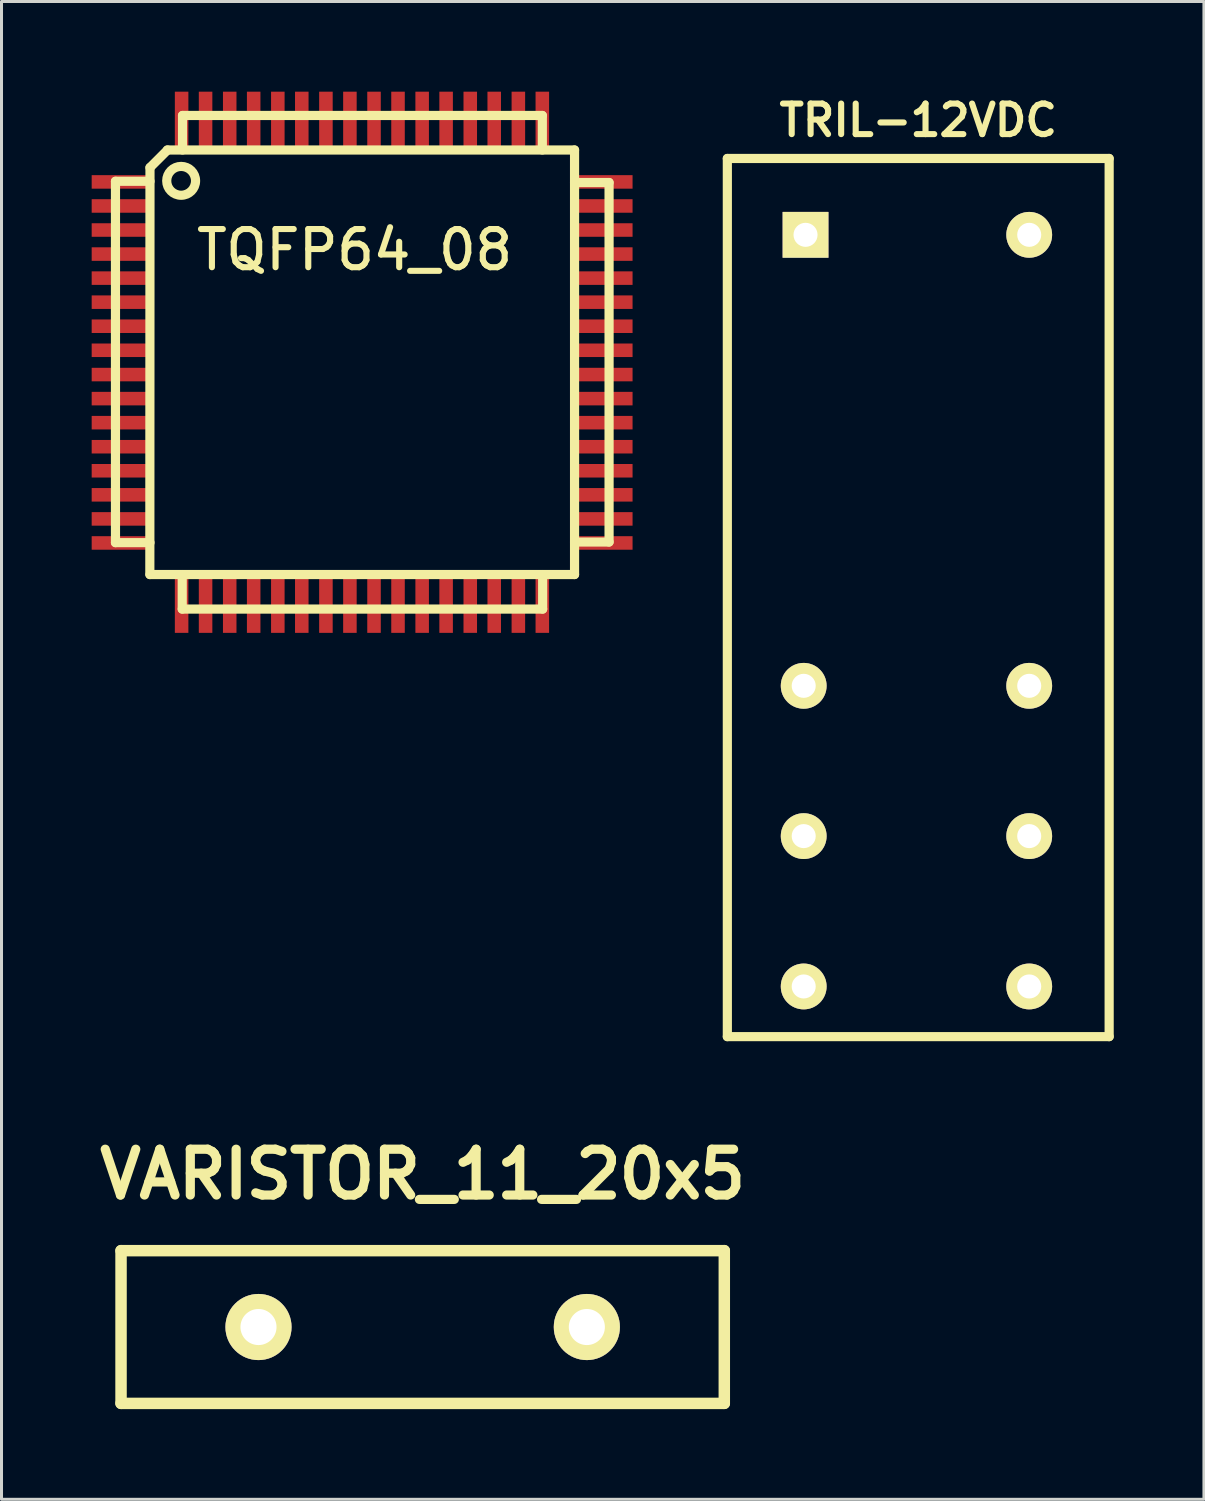
<source format=kicad_pcb>
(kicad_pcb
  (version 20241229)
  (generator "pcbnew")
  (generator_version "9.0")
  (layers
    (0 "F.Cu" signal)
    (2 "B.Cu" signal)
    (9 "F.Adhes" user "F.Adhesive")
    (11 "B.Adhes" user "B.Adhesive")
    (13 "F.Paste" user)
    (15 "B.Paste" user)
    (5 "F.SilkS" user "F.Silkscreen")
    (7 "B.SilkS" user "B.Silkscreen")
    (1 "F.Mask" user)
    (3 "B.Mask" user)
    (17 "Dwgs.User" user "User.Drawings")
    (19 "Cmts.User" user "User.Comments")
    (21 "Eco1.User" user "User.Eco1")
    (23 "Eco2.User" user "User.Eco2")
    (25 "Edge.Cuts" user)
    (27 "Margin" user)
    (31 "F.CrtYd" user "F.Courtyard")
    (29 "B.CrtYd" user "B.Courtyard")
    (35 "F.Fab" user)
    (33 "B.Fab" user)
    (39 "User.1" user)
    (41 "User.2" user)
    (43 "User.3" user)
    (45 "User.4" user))
  (footprint "VARISTOR_11_20x5"
    (layer "F.Cu")
    (at 11.009 41.09)
    (property "Reference" "VARISTOR_11_20x5" (at 0 -5.08 0) (layer "F.SilkS") (effects (font (size 1.524 1.524) (thickness 0.305))))
    (attr through_hole)
    (fp_line (start -10.033 -2.54) (end 10.033 -2.54) (stroke (width 0.381) (type solid)) (layer "F.SilkS"))
    (fp_line (start -10.033 2.54) (end -10.033 -2.54) (stroke (width 0.381) (type solid)) (layer "F.SilkS"))
    (fp_line (start 10.033 2.54) (end -10.033 2.54) (stroke (width 0.381) (type solid)) (layer "F.SilkS"))
    (fp_line (start 10.033 2.54) (end 10.033 -2.54) (stroke (width 0.381) (type solid)) (layer "F.SilkS"))
    (pad "1" thru_hole circle (at -5.461 0) (size 2.2 2.2) (drill 1.2) (layers "*.Cu" "*.Mask" "F.SilkS"))
    (pad "2" thru_hole circle (at 5.461 0) (size 2.2 2.2) (drill 1.2) (layers "*.Cu" "*.Mask" "F.SilkS")))
  (footprint "TRIL-12VDC"
    (layer "F.Cu")
    (at 23.683 4.761)
    (property "Reference" "TRIL-12VDC" (at 3.81 -3.81 0) (layer "F.SilkS") (effects (font (size 1.016 1.016) (thickness 0.203))))
    (attr through_hole)
    (fp_line (start -2.54 -2.54) (end 10.16 -2.54) (stroke (width 0.305) (type solid)) (layer "F.SilkS"))
    (fp_line (start -2.54 26.67) (end -2.54 -2.54) (stroke (width 0.305) (type solid)) (layer "F.SilkS"))
    (fp_line (start 10.16 -2.54) (end 10.16 26.67) (stroke (width 0.305) (type solid)) (layer "F.SilkS"))
    (fp_line (start 10.16 26.67) (end -2.54 26.67) (stroke (width 0.305) (type solid)) (layer "F.SilkS"))
    (pad "1" thru_hole rect (at 0.061 0) (size 1.524 1.524) (drill 0.8) (layers "*.Cu" "*.Mask" "F.SilkS"))
    (pad "2" thru_hole circle (at 0 15.001) (size 1.524 1.524) (drill 0.8) (layers "*.Cu" "*.Mask" "F.SilkS"))
    (pad "3" thru_hole circle (at 0 20) (size 1.524 1.524) (drill 0.8) (layers "*.Cu" "*.Mask" "F.SilkS"))
    (pad "4" thru_hole circle (at 0 25.001) (size 1.524 1.524) (drill 0.8) (layers "*.Cu" "*.Mask" "F.SilkS"))
    (pad "5" thru_hole circle (at 7.501 25.001) (size 1.524 1.524) (drill 0.8) (layers "*.Cu" "*.Mask" "F.SilkS"))
    (pad "6" thru_hole circle (at 7.501 20) (size 1.524 1.524) (drill 0.8) (layers "*.Cu" "*.Mask" "F.SilkS"))
    (pad "7" thru_hole circle (at 7.501 15.001) (size 1.524 1.524) (drill 0.8) (layers "*.Cu" "*.Mask" "F.SilkS"))
    (pad "8" thru_hole circle (at 7.501 0) (size 1.524 1.524) (drill 0.8) (layers "*.Cu" "*.Mask" "F.SilkS")))
  (footprint "TQFP64_08"
    (layer "F.Cu")
    (at 8.99 9)
    (property "Reference" "TQFP64_08" (at -0.244 -3.739 0) (layer "F.SilkS") (effects (font (size 1.27 1.27) (thickness 0.203))))
    (attr through_hole)
    (fp_line (start -8.199 -6.02) (end -7.051 -6.02) (stroke (width 0.305) (type solid)) (layer "F.SilkS"))
    (fp_line (start -8.199 5.999) (end -8.199 -6.02) (stroke (width 0.305) (type solid)) (layer "F.SilkS"))
    (fp_line (start -7.051 -6.477) (end -7.056 7.061) (stroke (width 0.305) (type solid)) (layer "F.SilkS"))
    (fp_line (start -7.051 -6.477) (end -6.467 -7.061) (stroke (width 0.305) (type solid)) (layer "F.SilkS"))
    (fp_line (start -7.051 5.999) (end -8.199 5.999) (stroke (width 0.305) (type solid)) (layer "F.SilkS"))
    (fp_line (start -7.051 7.061) (end 7.071 7.061) (stroke (width 0.305) (type solid)) (layer "F.SilkS"))
    (fp_line (start -5.979 8.209) (end -5.979 7.061) (stroke (width 0.305) (type solid)) (layer "F.SilkS"))
    (fp_line (start -5.969 -8.209) (end 5.999 -8.209) (stroke (width 0.305) (type solid)) (layer "F.SilkS"))
    (fp_line (start -5.969 -7.061) (end -5.969 -8.209) (stroke (width 0.305) (type solid)) (layer "F.SilkS"))
    (fp_line (start 5.999 -8.209) (end 5.999 -7.061) (stroke (width 0.305) (type solid)) (layer "F.SilkS"))
    (fp_line (start 6.01 7.061) (end 6.01 8.209) (stroke (width 0.305) (type solid)) (layer "F.SilkS"))
    (fp_line (start 6.01 8.209) (end -5.979 8.209) (stroke (width 0.305) (type solid)) (layer "F.SilkS"))
    (fp_line (start 7.071 -7.061) (end -6.477 -7.061) (stroke (width 0.305) (type solid)) (layer "F.SilkS"))
    (fp_line (start 7.071 -7.061) (end 7.071 7.061) (stroke (width 0.305) (type solid)) (layer "F.SilkS"))
    (fp_line (start 7.071 -5.979) (end 8.219 -5.979) (stroke (width 0.305) (type solid)) (layer "F.SilkS"))
    (fp_line (start 8.219 -5.979) (end 8.219 5.979) (stroke (width 0.305) (type solid)) (layer "F.SilkS"))
    (fp_line (start 8.219 5.979) (end 7.071 5.979) (stroke (width 0.305) (type solid)) (layer "F.SilkS"))
    (fp_circle (center -6.015 -6.035) (end -5.608 -5.781) (stroke (width 0.305) (type solid)) (fill no) (layer "F.SilkS"))
    (pad "1" smd rect (at -7.991 -5.999) (size 1.999 0.45) (layers "F.Cu" "F.Mask" "F.Paste"))
    (pad "2" smd rect (at -7.991 -5.199) (size 1.999 0.45) (layers "F.Cu" "F.Mask" "F.Paste"))
    (pad "3" smd rect (at -7.991 -4.399) (size 1.999 0.45) (layers "F.Cu" "F.Mask" "F.Paste"))
    (pad "4" smd rect (at -7.991 -3.599) (size 1.999 0.45) (layers "F.Cu" "F.Mask" "F.Paste"))
    (pad "5" smd rect (at -7.991 -2.799) (size 1.999 0.45) (layers "F.Cu" "F.Mask" "F.Paste"))
    (pad "6" smd rect (at -7.991 -1.999) (size 1.999 0.45) (layers "F.Cu" "F.Mask" "F.Paste"))
    (pad "7" smd rect (at -7.991 -1.199) (size 1.999 0.45) (layers "F.Cu" "F.Mask" "F.Paste"))
    (pad "8" smd rect (at -7.991 -0.399) (size 1.999 0.45) (layers "F.Cu" "F.Mask" "F.Paste"))
    (pad "9" smd rect (at -7.991 0.409) (size 1.999 0.45) (layers "F.Cu" "F.Mask" "F.Paste"))
    (pad "10" smd rect (at -7.991 1.209) (size 1.999 0.45) (layers "F.Cu" "F.Mask" "F.Paste"))
    (pad "11" smd rect (at -7.991 2.009) (size 1.999 0.45) (layers "F.Cu" "F.Mask" "F.Paste"))
    (pad "12" smd rect (at -7.991 2.809) (size 1.999 0.45) (layers "F.Cu" "F.Mask" "F.Paste"))
    (pad "13" smd rect (at -7.991 3.609) (size 1.999 0.45) (layers "F.Cu" "F.Mask" "F.Paste"))
    (pad "14" smd rect (at -7.991 4.409) (size 1.999 0.45) (layers "F.Cu" "F.Mask" "F.Paste"))
    (pad "15" smd rect (at -7.991 5.21) (size 1.999 0.45) (layers "F.Cu" "F.Mask" "F.Paste"))
    (pad "16" smd rect (at -7.991 6.01) (size 1.999 0.45) (layers "F.Cu" "F.Mask" "F.Paste"))
    (pad "17" smd rect (at -5.999 8.001) (size 0.45 1.999) (layers "F.Cu" "F.Mask" "F.Paste"))
    (pad "18" smd rect (at -5.202 8.001) (size 0.45 1.999) (layers "F.Cu" "F.Mask" "F.Paste"))
    (pad "19" smd rect (at -4.399 8.001) (size 0.45 1.999) (layers "F.Cu" "F.Mask" "F.Paste"))
    (pad "20" smd rect (at -3.602 8.001) (size 0.45 1.999) (layers "F.Cu" "F.Mask" "F.Paste"))
    (pad "21" smd rect (at -2.799 8.001) (size 0.45 1.999) (layers "F.Cu" "F.Mask" "F.Paste"))
    (pad "22" smd rect (at -2.002 8.001) (size 0.45 1.999) (layers "F.Cu" "F.Mask" "F.Paste"))
    (pad "23" smd rect (at -1.199 8.001) (size 0.45 1.999) (layers "F.Cu" "F.Mask" "F.Paste"))
    (pad "24" smd rect (at -0.401 8.001) (size 0.45 1.999) (layers "F.Cu" "F.Mask" "F.Paste"))
    (pad "25" smd rect (at 0.401 8.001) (size 0.45 1.999) (layers "F.Cu" "F.Mask" "F.Paste"))
    (pad "26" smd rect (at 1.199 8.001) (size 0.45 1.999) (layers "F.Cu" "F.Mask" "F.Paste"))
    (pad "27" smd rect (at 2.002 8.001) (size 0.45 1.999) (layers "F.Cu" "F.Mask" "F.Paste"))
    (pad "28" smd rect (at 2.799 8.001) (size 0.45 1.999) (layers "F.Cu" "F.Mask" "F.Paste"))
    (pad "29" smd rect (at 3.602 8.001) (size 0.45 1.999) (layers "F.Cu" "F.Mask" "F.Paste"))
    (pad "30" smd rect (at 4.399 8.001) (size 0.45 1.999) (layers "F.Cu" "F.Mask" "F.Paste"))
    (pad "31" smd rect (at 5.202 8.001) (size 0.45 1.999) (layers "F.Cu" "F.Mask" "F.Paste"))
    (pad "32" smd rect (at 5.999 8.001) (size 0.45 1.999) (layers "F.Cu" "F.Mask" "F.Paste"))
    (pad "33" smd rect (at 8.001 6.01) (size 1.999 0.45) (layers "F.Cu" "F.Mask" "F.Paste"))
    (pad "34" smd rect (at 8.001 5.21) (size 1.999 0.45) (layers "F.Cu" "F.Mask" "F.Paste"))
    (pad "35" smd rect (at 8.001 4.409) (size 1.999 0.45) (layers "F.Cu" "F.Mask" "F.Paste"))
    (pad "36" smd rect (at 8.001 3.609) (size 1.999 0.45) (layers "F.Cu" "F.Mask" "F.Paste"))
    (pad "37" smd rect (at 8.001 2.809) (size 1.999 0.45) (layers "F.Cu" "F.Mask" "F.Paste"))
    (pad "38" smd rect (at 8.001 2.009) (size 1.999 0.45) (layers "F.Cu" "F.Mask" "F.Paste"))
    (pad "39" smd rect (at 8.001 1.209) (size 1.999 0.45) (layers "F.Cu" "F.Mask" "F.Paste"))
    (pad "40" smd rect (at 8.001 0.409) (size 1.999 0.45) (layers "F.Cu" "F.Mask" "F.Paste"))
    (pad "41" smd rect (at 8.001 -0.399) (size 1.999 0.45) (layers "F.Cu" "F.Mask" "F.Paste"))
    (pad "42" smd rect (at 8.001 -1.199) (size 1.999 0.45) (layers "F.Cu" "F.Mask" "F.Paste"))
    (pad "43" smd rect (at 8.001 -1.999) (size 1.999 0.45) (layers "F.Cu" "F.Mask" "F.Paste"))
    (pad "44" smd rect (at 8.001 -2.799) (size 1.999 0.45) (layers "F.Cu" "F.Mask" "F.Paste"))
    (pad "45" smd rect (at 8.001 -3.599) (size 1.999 0.45) (layers "F.Cu" "F.Mask" "F.Paste"))
    (pad "46" smd rect (at 8.001 -4.399) (size 1.999 0.45) (layers "F.Cu" "F.Mask" "F.Paste"))
    (pad "47" smd rect (at 8.001 -5.199) (size 1.999 0.45) (layers "F.Cu" "F.Mask" "F.Paste"))
    (pad "48" smd rect (at 8.001 -5.999) (size 1.999 0.45) (layers "F.Cu" "F.Mask" "F.Paste"))
    (pad "49" smd rect (at 5.999 -8.001) (size 0.45 1.999) (layers "F.Cu" "F.Mask" "F.Paste"))
    (pad "50" smd rect (at 5.202 -8.001) (size 0.45 1.999) (layers "F.Cu" "F.Mask" "F.Paste"))
    (pad "51" smd rect (at 4.399 -8.001) (size 0.45 1.999) (layers "F.Cu" "F.Mask" "F.Paste"))
    (pad "52" smd rect (at 3.602 -8.001) (size 0.45 1.999) (layers "F.Cu" "F.Mask" "F.Paste"))
    (pad "53" smd rect (at 2.799 -8.001) (size 0.45 1.999) (layers "F.Cu" "F.Mask" "F.Paste"))
    (pad "54" smd rect (at 2.002 -8.001) (size 0.45 1.999) (layers "F.Cu" "F.Mask" "F.Paste"))
    (pad "55" smd rect (at 1.199 -8.001) (size 0.45 1.999) (layers "F.Cu" "F.Mask" "F.Paste"))
    (pad "56" smd rect (at 0.401 -8.001) (size 0.45 1.999) (layers "F.Cu" "F.Mask" "F.Paste"))
    (pad "57" smd rect (at -0.401 -8.001) (size 0.45 1.999) (layers "F.Cu" "F.Mask" "F.Paste"))
    (pad "58" smd rect (at -1.199 -8.001) (size 0.45 1.999) (layers "F.Cu" "F.Mask" "F.Paste"))
    (pad "59" smd rect (at -2.002 -8.001) (size 0.45 1.999) (layers "F.Cu" "F.Mask" "F.Paste"))
    (pad "60" smd rect (at -2.799 -8.001) (size 0.45 1.999) (layers "F.Cu" "F.Mask" "F.Paste"))
    (pad "61" smd rect (at -3.602 -8.001) (size 0.45 1.999) (layers "F.Cu" "F.Mask" "F.Paste"))
    (pad "62" smd rect (at -4.399 -8.001) (size 0.45 1.999) (layers "F.Cu" "F.Mask" "F.Paste"))
    (pad "63" smd rect (at -5.202 -8.001) (size 0.45 1.999) (layers "F.Cu" "F.Mask" "F.Paste"))
    (pad "64" smd rect (at -5.999 -8.001) (size 0.45 1.999) (layers "F.Cu" "F.Mask" "F.Paste")))
  (gr_rect
    (start -3 -3)
    (end 36.996 46.82)
    (stroke (width 0.1) (type default))
    (fill no)
    (layer "Edge.Cuts")))
</source>
